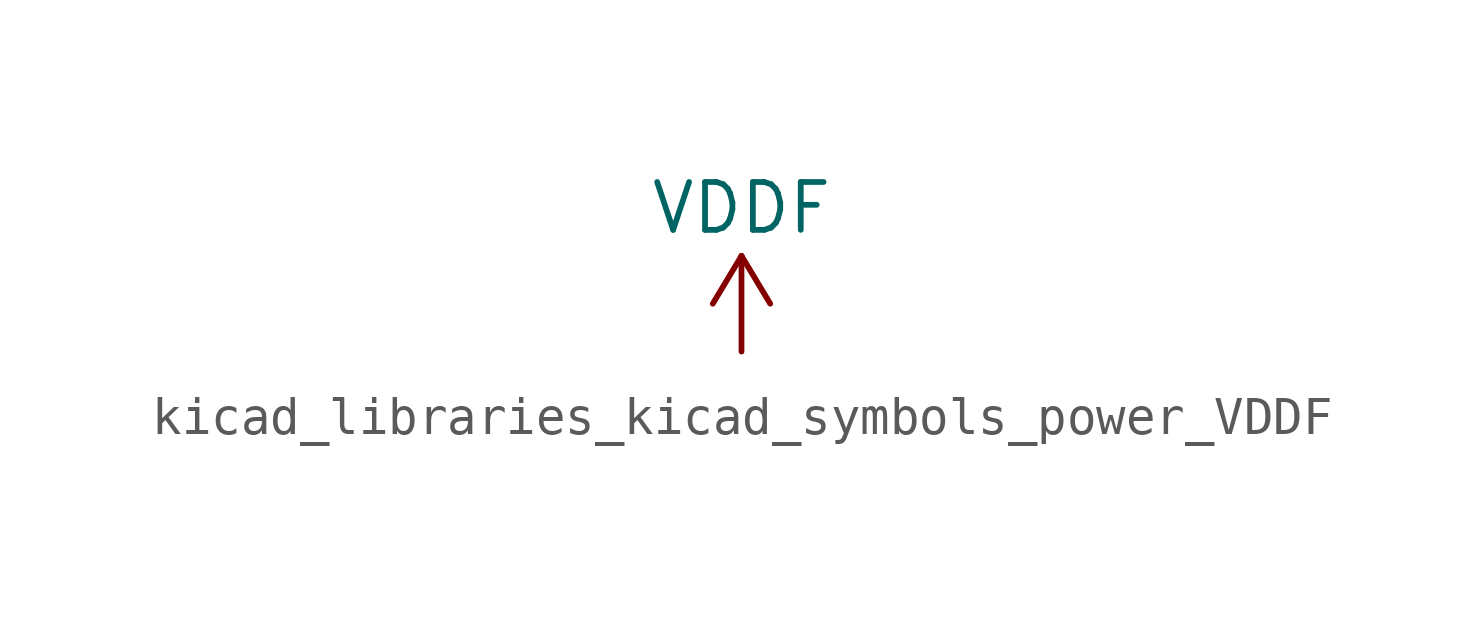
<source format=kicad_sym>
(kicad_symbol_lib
  (version 20220914)
  (generator kicad_symbol_editor)
  (symbol "kicad_libraries_kicad_symbols_power_VDDF"
    (power)
    (pin_names
      (offset 0))
    (property "Reference" "#PWR"
      (at 0 -3.81 0)
      (effects (font (size 1.27 1.27)) hide))
    (property "Value" "VDDF"
      (at 0 3.81 0)
      (effects (font (size 1.27 1.27))))
    (symbol "kicad_libraries_kicad_symbols_power_VDDF_0_1"
      (polyline (pts (xy -0.762 1.27) (xy 0 2.54)) (stroke (width 0) (type default)) (fill (type none)))
      (polyline (pts (xy 0 0) (xy 0 2.54)) (stroke (width 0) (type default)) (fill (type none)))
      (polyline (pts (xy 0 2.54) (xy 0.762 1.27)) (stroke (width 0) (type default)) (fill (type none))))
    (symbol "kicad_libraries_kicad_symbols_power_VDDF_1_1"
      (pin power_in line (at 0 0 90) (length 0) hide (name "VDDF" (effects (font (size 1.27 1.27)))) (number "1" (effects (font (size 1.27 1.27))))))))
</source>
